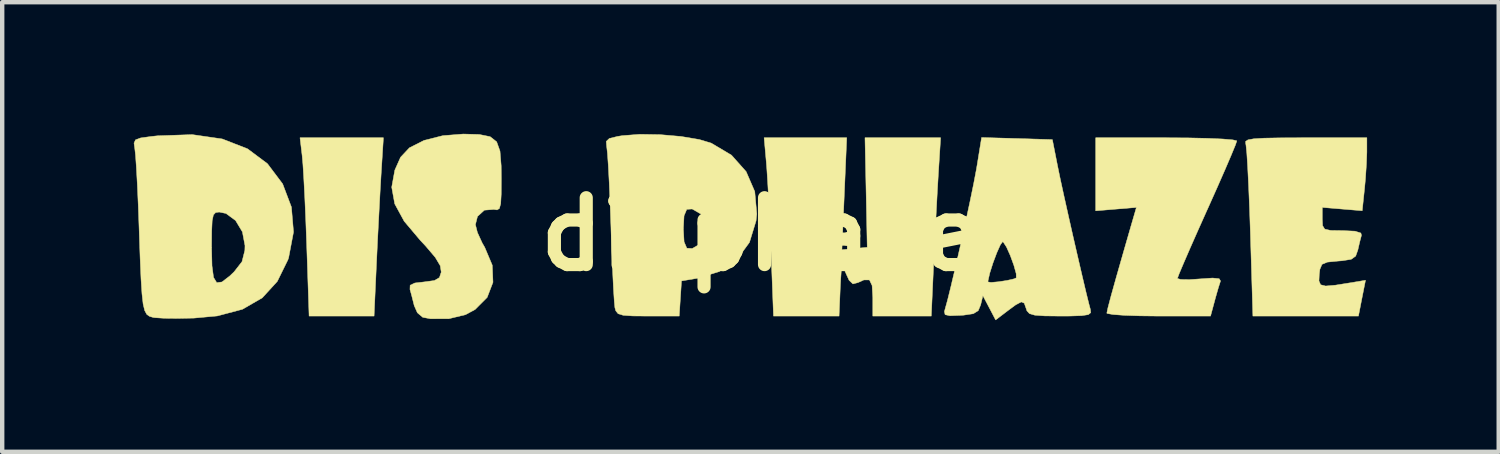
<source format=kicad_pcb>
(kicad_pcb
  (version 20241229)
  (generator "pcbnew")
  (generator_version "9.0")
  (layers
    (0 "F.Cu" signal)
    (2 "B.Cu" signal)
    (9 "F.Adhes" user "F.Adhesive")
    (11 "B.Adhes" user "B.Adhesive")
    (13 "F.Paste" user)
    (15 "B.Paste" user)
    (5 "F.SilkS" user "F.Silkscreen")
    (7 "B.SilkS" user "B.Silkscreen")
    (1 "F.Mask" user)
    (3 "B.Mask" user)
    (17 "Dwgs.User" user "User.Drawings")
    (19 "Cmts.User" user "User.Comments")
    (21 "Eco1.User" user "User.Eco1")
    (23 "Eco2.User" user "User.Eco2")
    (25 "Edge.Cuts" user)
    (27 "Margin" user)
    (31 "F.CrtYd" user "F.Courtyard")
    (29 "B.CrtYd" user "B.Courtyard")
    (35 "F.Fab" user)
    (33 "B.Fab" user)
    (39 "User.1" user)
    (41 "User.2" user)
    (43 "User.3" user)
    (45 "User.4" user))
  (footprint "disphaze"
    (layer "F.Cu")
    (at 14.303 2.291)
    (property "Reference" "disphaze" (at 0 0 0) (layer "F.SilkS") (effects (font (size 1.524 1.524) (thickness 0.3))))
    (attr through_hole)
    (fp_poly (pts (xy -8.614 -2.201) (xy -8.666 -1.376) (xy -8.69 -0.965) (xy -8.717 -0.45) (xy -8.746 0.106) (xy -8.771 0.636) (xy -8.772 0.656) (xy -8.827 1.863) (xy -10.308 1.863) (xy -10.363 0.233) (xy -10.383 -0.306) (xy -10.405 -0.814) (xy -10.428 -1.257) (xy -10.449 -1.599) (xy -10.467 -1.799) (xy -10.515 -2.201) (xy -9.564 -2.201) (xy -8.614 -2.201)) (stroke (width 0.01) (type solid)) (fill yes) (layer "F.SilkS"))
    (fp_poly (pts (xy 1.891 -0.925) (xy 1.836 0.351) (xy 2.124 0.324) (xy 2.413 0.296) (xy 2.388 -0.953) (xy 2.362 -2.201) (xy 4.086 -2.201) (xy 4.034 -1.376) (xy 4.01 -0.965) (xy 3.983 -0.45) (xy 3.954 0.106) (xy 3.929 0.636) (xy 3.928 0.656) (xy 3.873 1.863) (xy 2.54 1.863) (xy 2.54 1.439) (xy 2.524 1.166) (xy 2.463 1.039) (xy 2.337 1.039) (xy 2.204 1.099) (xy 2.087 1.13) (xy 2 1.048) (xy 1.936 0.909) (xy 1.878 0.776) (xy 1.843 0.742) (xy 1.822 0.826) (xy 1.807 1.048) (xy 1.797 1.249) (xy 1.771 1.863) (xy 0.277 1.863) (xy 0.221 0.402) (xy 0.199 -0.129) (xy 0.174 -0.647) (xy 0.149 -1.111) (xy 0.126 -1.475) (xy 0.114 -1.63) (xy 0.063 -2.201) (xy 1.946 -2.201) (xy 1.891 -0.925)) (stroke (width 0.01) (type solid)) (fill yes) (layer "F.SilkS"))
    (fp_poly (pts (xy 9.73 -2.198) (xy 10.167 -2.188) (xy 10.515 -2.173) (xy 10.747 -2.153) (xy 10.837 -2.131) (xy 10.837 -2.13) (xy 10.804 -2.034) (xy 10.711 -1.808) (xy 10.57 -1.479) (xy 10.39 -1.069) (xy 10.183 -0.606) (xy 10.16 -0.556) (xy 9.951 -0.089) (xy 9.768 0.325) (xy 9.622 0.662) (xy 9.523 0.896) (xy 9.483 1.003) (xy 9.483 1.006) (xy 9.559 1.029) (xy 9.758 1.032) (xy 9.993 1.016) (xy 10.285 0.996) (xy 10.434 1.011) (xy 10.466 1.063) (xy 10.463 1.071) (xy 10.417 1.214) (xy 10.351 1.444) (xy 10.331 1.519) (xy 10.238 1.863) (xy 9.056 1.863) (xy 8.631 1.858) (xy 8.273 1.846) (xy 8.014 1.827) (xy 7.884 1.804) (xy 7.874 1.796) (xy 7.898 1.679) (xy 7.97 1.405) (xy 8.091 0.972) (xy 8.261 0.378) (xy 8.428 -0.201) (xy 8.548 -0.613) (xy 8.084 -0.575) (xy 7.62 -0.536) (xy 7.62 -2.201) (xy 9.229 -2.201) (xy 9.73 -2.198)) (stroke (width 0.01) (type solid)) (fill yes) (layer "F.SilkS"))
    (fp_poly (pts (xy -6.428 -2.276) (xy -6.182 -2.226) (xy -6.033 -2.109) (xy -5.957 -1.897) (xy -5.93 -1.561) (xy -5.927 -1.272) (xy -5.929 -0.916) (xy -5.941 -0.698) (xy -5.971 -0.589) (xy -6.024 -0.557) (xy -6.096 -0.568) (xy -6.313 -0.551) (xy -6.47 -0.408) (xy -6.517 -0.222) (xy -6.472 -0.043) (xy -6.362 0.198) (xy -6.305 0.296) (xy -6.133 0.704) (xy -6.117 1.093) (xy -6.249 1.437) (xy -6.524 1.713) (xy -6.742 1.831) (xy -7.127 1.924) (xy -7.548 1.923) (xy -7.718 1.891) (xy -7.84 1.788) (xy -7.912 1.625) (xy -7.969 1.399) (xy -8.009 1.254) (xy -8.005 1.16) (xy -7.898 1.109) (xy -7.688 1.085) (xy -7.452 1.053) (xy -7.337 0.985) (xy -7.296 0.861) (xy -7.318 0.717) (xy -7.432 0.525) (xy -7.655 0.263) (xy -7.775 0.135) (xy -8.141 -0.299) (xy -8.356 -0.694) (xy -8.425 -1.074) (xy -8.354 -1.464) (xy -8.223 -1.758) (xy -8.021 -1.973) (xy -7.688 -2.141) (xy -7.26 -2.249) (xy -6.795 -2.286) (xy -6.428 -2.276)) (stroke (width 0.01) (type solid)) (fill yes) (layer "F.SilkS"))
    (fp_poly (pts (xy 13.801 -1.875) (xy 13.791 -1.603) (xy 13.768 -1.258) (xy 13.748 -1.043) (xy 13.695 -0.538) (xy 13.24 -0.576) (xy 12.785 -0.614) (xy 12.785 -0.349) (xy 12.792 -0.198) (xy 12.841 -0.119) (xy 12.974 -0.089) (xy 13.233 -0.085) (xy 13.248 -0.085) (xy 13.53 -0.072) (xy 13.664 -0.03) (xy 13.678 0.021) (xy 13.636 0.18) (xy 13.596 0.355) (xy 13.546 0.496) (xy 13.444 0.569) (xy 13.238 0.602) (xy 13.144 0.609) (xy 12.901 0.633) (xy 12.778 0.684) (xy 12.73 0.797) (xy 12.716 0.91) (xy 12.709 1.063) (xy 12.747 1.149) (xy 12.861 1.178) (xy 13.082 1.159) (xy 13.383 1.111) (xy 13.77 1.047) (xy 13.689 1.455) (xy 13.609 1.863) (xy 11.203 1.863) (xy 11.146 -0.039) (xy 11.127 -0.595) (xy 11.106 -1.099) (xy 11.085 -1.524) (xy 11.065 -1.845) (xy 11.046 -2.034) (xy 11.039 -2.071) (xy 11.038 -2.119) (xy 11.092 -2.154) (xy 11.225 -2.178) (xy 11.457 -2.192) (xy 11.811 -2.199) (xy 12.309 -2.201) (xy 12.395 -2.201) (xy 13.801 -2.201) (xy 13.801 -1.875)) (stroke (width 0.01) (type solid)) (fill yes) (layer "F.SilkS"))
    (fp_poly (pts (xy -2.303 -2.272) (xy -1.832 -2.231) (xy -1.415 -2.161) (xy -1.142 -2.079) (xy -0.681 -1.805) (xy -0.347 -1.43) (xy -0.15 -0.975) (xy -0.104 -0.463) (xy -0.121 -0.306) (xy -0.271 0.183) (xy -0.554 0.571) (xy -0.959 0.848) (xy -1.452 1) (xy -1.82 1.062) (xy -1.846 1.462) (xy -1.872 1.863) (xy -2.585 1.863) (xy -2.934 1.86) (xy -3.149 1.845) (xy -3.265 1.809) (xy -3.318 1.743) (xy -3.338 1.672) (xy -3.352 1.53) (xy -3.37 1.249) (xy -3.389 0.858) (xy -3.409 0.387) (xy -3.427 -0.127) (xy -1.778 -0.127) (xy -1.761 0.171) (xy -1.699 0.316) (xy -1.575 0.323) (xy -1.374 0.207) (xy -1.217 0.011) (xy -1.203 -0.219) (xy -1.33 -0.427) (xy -1.374 -0.461) (xy -1.577 -0.578) (xy -1.7 -0.57) (xy -1.762 -0.423) (xy -1.778 -0.127) (xy -3.427 -0.127) (xy -3.427 -0.134) (xy -3.428 -0.169) (xy -3.447 -0.692) (xy -3.467 -1.167) (xy -3.488 -1.562) (xy -3.508 -1.85) (xy -3.525 -2) (xy -3.526 -2.005) (xy -3.535 -2.119) (xy -3.464 -2.186) (xy -3.276 -2.232) (xy -3.171 -2.249) (xy -2.77 -2.28) (xy -2.303 -2.272)) (stroke (width 0.01) (type solid)) (fill yes) (layer "F.SilkS"))
    (fp_poly (pts (xy -12.287 -2.174) (xy -11.712 -1.95) (xy -11.258 -1.611) (xy -10.911 -1.15) (xy -10.711 -0.622) (xy -10.663 -0.053) (xy -10.774 0.531) (xy -10.79 0.579) (xy -11.033 1.073) (xy -11.375 1.447) (xy -11.827 1.708) (xy -12.4 1.86) (xy -12.934 1.909) (xy -13.295 1.916) (xy -13.608 1.913) (xy -13.823 1.899) (xy -13.864 1.893) (xy -13.945 1.869) (xy -14.008 1.824) (xy -14.055 1.737) (xy -14.091 1.587) (xy -14.117 1.354) (xy -14.139 1.015) (xy -14.159 0.551) (xy -14.168 0.296) (xy -12.531 0.296) (xy -12.521 0.718) (xy -12.486 0.982) (xy -12.413 1.101) (xy -12.294 1.086) (xy -12.116 0.949) (xy -12.016 0.853) (xy -11.837 0.623) (xy -11.772 0.365) (xy -11.769 0.257) (xy -11.828 -0.056) (xy -11.984 -0.315) (xy -12.202 -0.476) (xy -12.357 -0.508) (xy -12.438 -0.497) (xy -12.489 -0.442) (xy -12.517 -0.312) (xy -12.528 -0.075) (xy -12.531 0.296) (xy -14.168 0.296) (xy -14.18 -0.06) (xy -14.182 -0.122) (xy -14.201 -0.642) (xy -14.222 -1.116) (xy -14.244 -1.515) (xy -14.264 -1.806) (xy -14.281 -1.956) (xy -14.298 -2.079) (xy -14.265 -2.153) (xy -14.148 -2.197) (xy -13.911 -2.23) (xy -13.763 -2.246) (xy -12.972 -2.273) (xy -12.287 -2.174)) (stroke (width 0.01) (type solid)) (fill yes) (layer "F.SilkS"))
    (fp_poly (pts (xy 6.633 -2.159) (xy 6.75 -1.566) (xy 6.808 -1.284) (xy 6.891 -0.902) (xy 6.991 -0.454) (xy 7.099 0.026) (xy 7.209 0.504) (xy 7.312 0.947) (xy 7.4 1.32) (xy 7.467 1.591) (xy 7.5 1.714) (xy 7.507 1.786) (xy 7.452 1.83) (xy 7.304 1.853) (xy 7.035 1.862) (xy 6.813 1.863) (xy 6.457 1.859) (xy 6.234 1.843) (xy 6.111 1.807) (xy 6.053 1.744) (xy 6.036 1.693) (xy 5.992 1.569) (xy 5.924 1.54) (xy 5.794 1.609) (xy 5.62 1.738) (xy 5.34 1.951) (xy 5.195 1.674) (xy 5.049 1.397) (xy 4.998 1.609) (xy 4.943 1.74) (xy 4.831 1.809) (xy 4.61 1.842) (xy 4.54 1.846) (xy 4.298 1.855) (xy 4.188 1.831) (xy 4.172 1.76) (xy 4.184 1.716) (xy 4.243 1.502) (xy 4.328 1.159) (xy 4.345 1.085) (xy 5.165 1.085) (xy 5.236 1.096) (xy 5.405 1.081) (xy 5.602 1.051) (xy 5.761 1.014) (xy 5.81 0.992) (xy 5.808 0.895) (xy 5.755 0.705) (xy 5.674 0.483) (xy 5.586 0.287) (xy 5.514 0.177) (xy 5.499 0.169) (xy 5.446 0.242) (xy 5.366 0.421) (xy 5.279 0.653) (xy 5.206 0.883) (xy 5.167 1.055) (xy 5.165 1.085) (xy 4.345 1.085) (xy 4.43 0.726) (xy 4.54 0.24) (xy 4.651 -0.262) (xy 4.754 -0.741) (xy 4.84 -1.159) (xy 4.901 -1.48) (xy 4.915 -1.562) (xy 5.02 -2.207) (xy 6.633 -2.159)) (stroke (width 0.01) (type solid)) (fill yes) (layer "F.SilkS")))
  (gr_rect
    (start -3 -3)
    (end 31.109 7.247)
    (stroke (width 0.1) (type default))
    (fill no)
    (layer "Edge.Cuts")))
</source>
